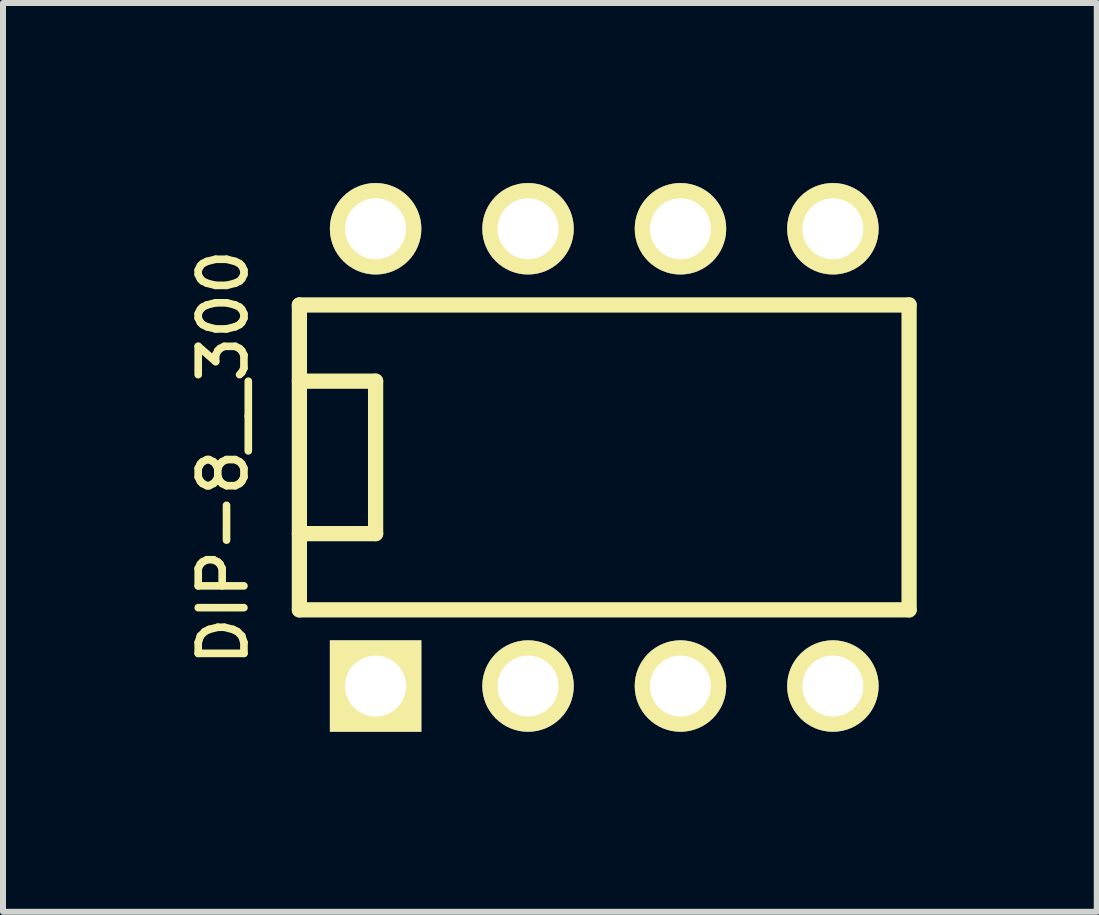
<source format=kicad_pcb>
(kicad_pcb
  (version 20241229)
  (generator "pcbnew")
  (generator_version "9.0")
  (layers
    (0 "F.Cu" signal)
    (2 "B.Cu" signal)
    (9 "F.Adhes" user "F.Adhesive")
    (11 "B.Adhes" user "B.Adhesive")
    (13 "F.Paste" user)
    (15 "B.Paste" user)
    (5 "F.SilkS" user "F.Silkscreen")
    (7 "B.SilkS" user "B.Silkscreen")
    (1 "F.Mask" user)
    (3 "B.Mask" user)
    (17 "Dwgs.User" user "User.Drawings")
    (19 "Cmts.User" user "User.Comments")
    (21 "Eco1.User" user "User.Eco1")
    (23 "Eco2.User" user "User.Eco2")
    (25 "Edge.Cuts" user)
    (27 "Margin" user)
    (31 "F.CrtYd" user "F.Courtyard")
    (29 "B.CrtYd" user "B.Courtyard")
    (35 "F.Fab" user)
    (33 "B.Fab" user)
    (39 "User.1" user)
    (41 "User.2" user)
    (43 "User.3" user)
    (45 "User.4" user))
  (footprint "DIP-8__300"
    (layer "F.Cu")
    (at 7.019 4.572)
    (property "Reference" "DIP-8__300" (at -6.35 0 90) (layer "F.SilkS") (effects (font (size 0.762 0.762) (thickness 0.127))))
    (attr through_hole)
    (fp_line (start -5.08 -2.54) (end 5.08 -2.54) (stroke (width 0.254) (type solid)) (layer "F.SilkS"))
    (fp_line (start -5.08 -1.27) (end -3.81 -1.27) (stroke (width 0.254) (type solid)) (layer "F.SilkS"))
    (fp_line (start -5.08 2.54) (end -5.08 -2.54) (stroke (width 0.254) (type solid)) (layer "F.SilkS"))
    (fp_line (start -3.81 -1.27) (end -3.81 1.27) (stroke (width 0.254) (type solid)) (layer "F.SilkS"))
    (fp_line (start -3.81 1.27) (end -5.08 1.27) (stroke (width 0.254) (type solid)) (layer "F.SilkS"))
    (fp_line (start 5.08 -2.54) (end 5.08 2.54) (stroke (width 0.254) (type solid)) (layer "F.SilkS"))
    (fp_line (start 5.08 2.54) (end -5.08 2.54) (stroke (width 0.254) (type solid)) (layer "F.SilkS"))
    (pad "1" thru_hole rect (at -3.81 3.81) (size 1.524 1.524) (drill 1.016) (layers "*.Cu" "*.Mask" "F.SilkS"))
    (pad "2" thru_hole circle (at -1.27 3.81) (size 1.524 1.524) (drill 1.016) (layers "*.Cu" "*.Mask" "F.SilkS"))
    (pad "3" thru_hole circle (at 1.27 3.81) (size 1.524 1.524) (drill 1.016) (layers "*.Cu" "*.Mask" "F.SilkS"))
    (pad "4" thru_hole circle (at 3.81 3.81) (size 1.524 1.524) (drill 1.016) (layers "*.Cu" "*.Mask" "F.SilkS"))
    (pad "5" thru_hole circle (at 3.81 -3.81) (size 1.524 1.524) (drill 1.016) (layers "*.Cu" "*.Mask" "F.SilkS"))
    (pad "6" thru_hole circle (at 1.27 -3.81) (size 1.524 1.524) (drill 1.016) (layers "*.Cu" "*.Mask" "F.SilkS"))
    (pad "7" thru_hole circle (at -1.27 -3.81) (size 1.524 1.524) (drill 1.016) (layers "*.Cu" "*.Mask" "F.SilkS"))
    (pad "8" thru_hole circle (at -3.81 -3.81) (size 1.524 1.524) (drill 1.016) (layers "*.Cu" "*.Mask" "F.SilkS")))
  (gr_rect
    (start -3 -3)
    (end 15.226 12.144)
    (stroke (width 0.1) (type default))
    (fill no)
    (layer "Edge.Cuts")))
</source>
